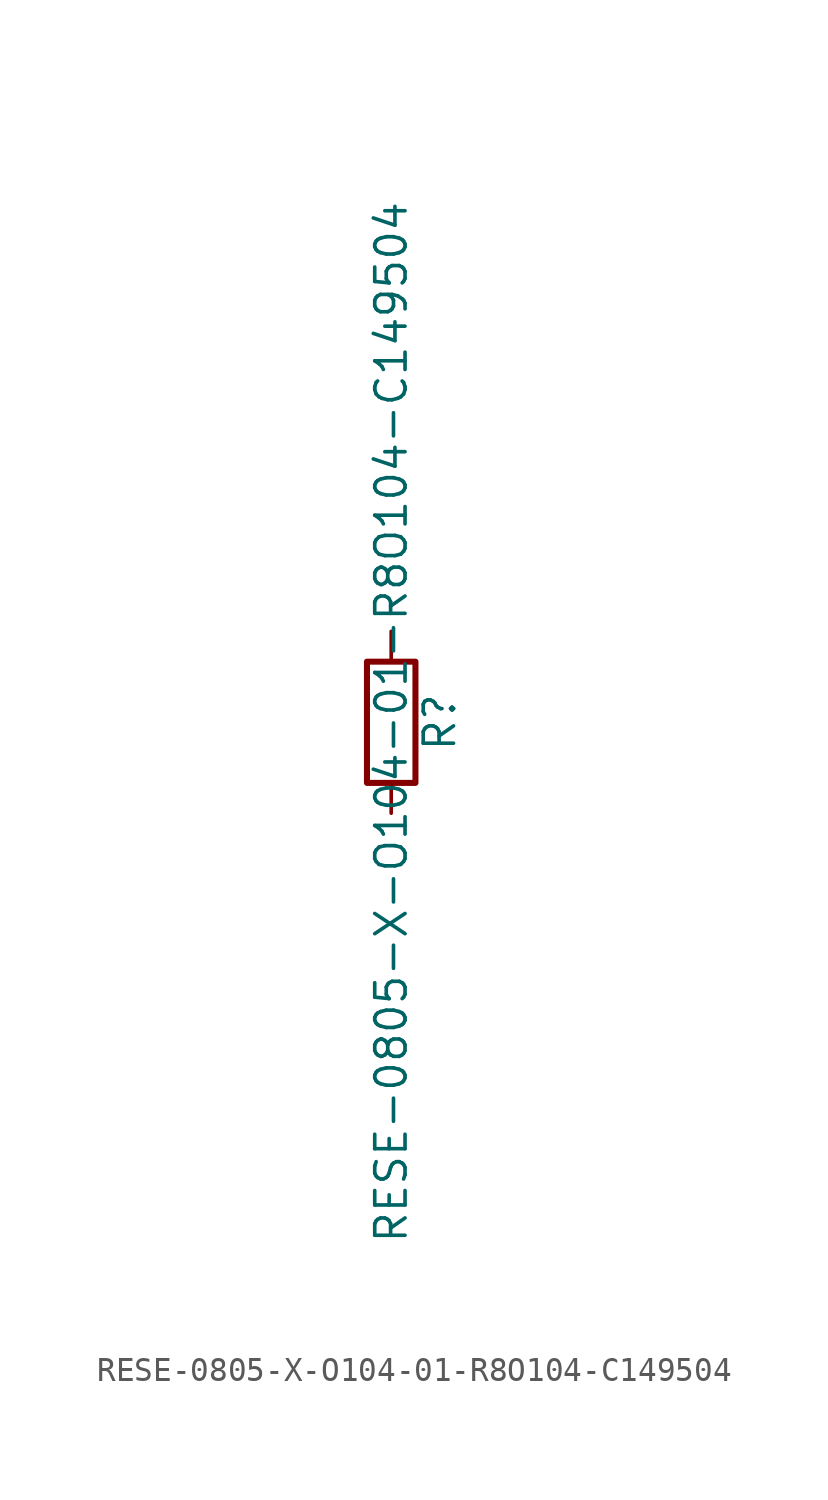
<source format=kicad_sym>
(kicad_symbol_lib
  (version 20211014)
  (generator kicad_symbol_editor)
  (symbol "RESE-0805-X-O104-01-R8O104-C149504"
    (pin_numbers hide)
    (pin_names
      (offset 0))
    (property "Reference" "R"
      (at 2.032 0 90)
      (effects (font (size 1.27 1.27))))
    (property "Value" "RESE-0805-X-O104-01-R8O104-C149504"
      (at 0 0 90)
      (effects (font (size 1.27 1.27))))
    (symbol "RESE-0805-X-O104-01-R8O104-C149504_0_1"
      (rectangle (start -1.016 -2.54) (end 1.016 2.54) (stroke (width 0.254) (type default) (color 0 0 0 0)) (fill (type none))))
    (symbol "RESE-0805-X-O104-01-R8O104-C149504_1_1"
      (pin passive line (at 0 3.81 270) (length 1.27) (name "~" (effects (font (size 1.27 1.27)))) (number "1" (effects (font (size 1.27 1.27)))))
      (pin passive line (at 0 -3.81 90) (length 1.27) (name "~" (effects (font (size 1.27 1.27)))) (number "2" (effects (font (size 1.27 1.27))))))))
</source>
